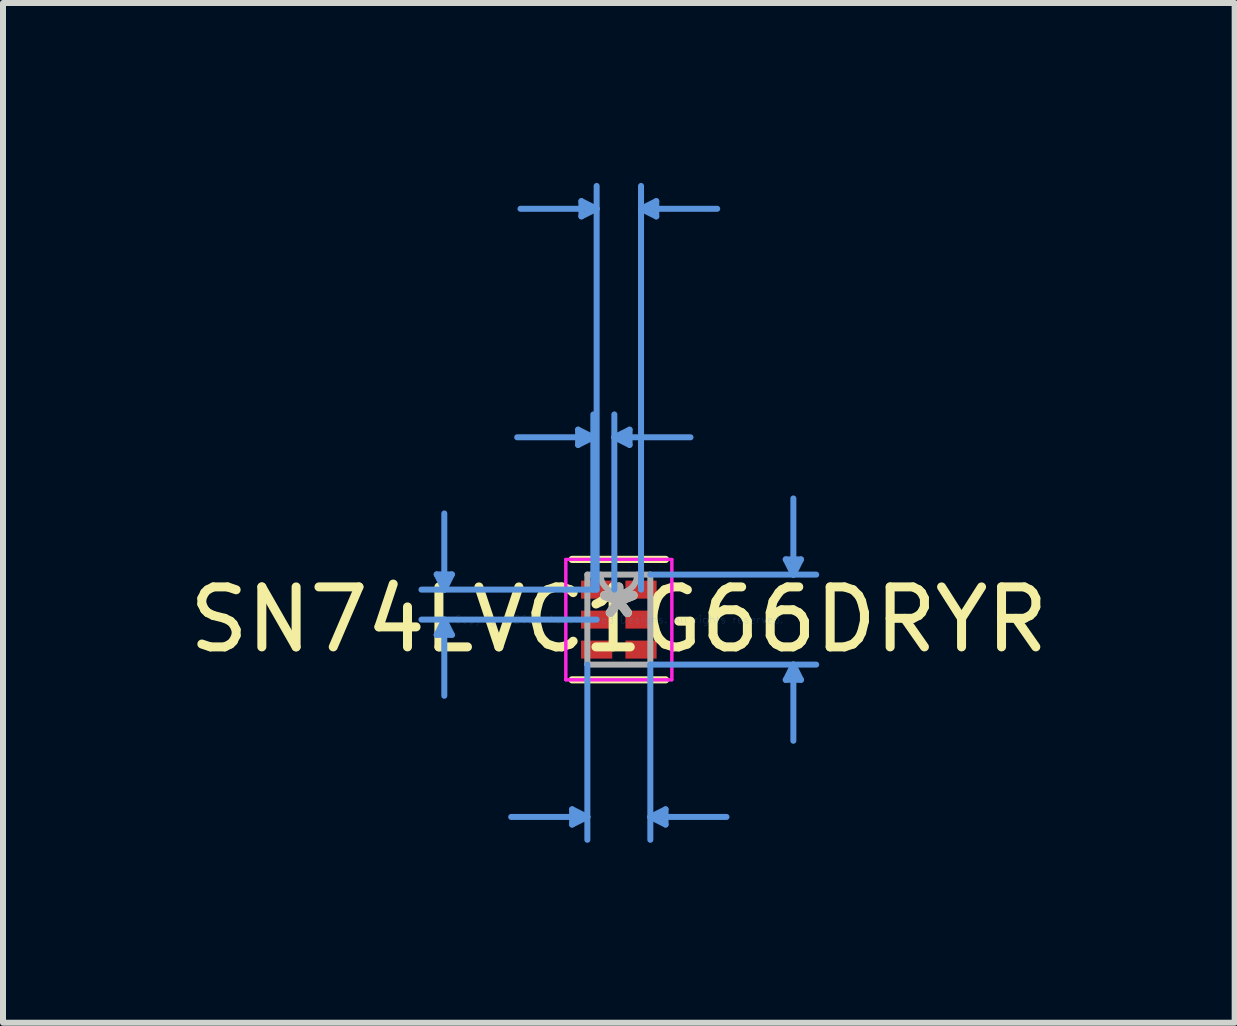
<source format=kicad_pcb>
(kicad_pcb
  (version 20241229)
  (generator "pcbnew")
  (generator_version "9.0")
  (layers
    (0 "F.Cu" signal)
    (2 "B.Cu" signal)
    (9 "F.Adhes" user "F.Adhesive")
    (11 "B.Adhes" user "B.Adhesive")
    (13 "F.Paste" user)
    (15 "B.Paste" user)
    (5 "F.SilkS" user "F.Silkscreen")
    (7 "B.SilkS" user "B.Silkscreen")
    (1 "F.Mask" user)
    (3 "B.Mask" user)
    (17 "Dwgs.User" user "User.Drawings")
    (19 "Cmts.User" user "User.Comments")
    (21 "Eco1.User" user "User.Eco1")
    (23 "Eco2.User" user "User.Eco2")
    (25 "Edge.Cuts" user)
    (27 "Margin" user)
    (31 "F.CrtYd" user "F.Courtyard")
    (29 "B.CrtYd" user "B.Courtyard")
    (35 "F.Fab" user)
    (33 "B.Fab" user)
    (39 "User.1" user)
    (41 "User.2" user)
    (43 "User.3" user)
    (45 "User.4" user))
  (footprint "SN74LVC1G66DRYR"
    (layer "F.Cu")
    (at 7.268 7.281)
    (property "Reference" "SN74LVC1G66DRYR" (at 0 0 0) (layer "F.SilkS") (effects (font (size 1 1) (thickness 0.15))))
    (attr through_hole)
    (fp_poly (pts (xy -0.7 -0.72) (xy -0.7 -0.28) (xy -0.04 -0.28) (xy -0.04 -0.72)) (stroke (width 0.1) (type solid)) (fill yes) (layer "F.Mask"))
    (fp_poly (pts (xy -0.7 -0.22) (xy -0.7 0.22) (xy -0.04 0.22) (xy -0.04 -0.22)) (stroke (width 0.1) (type solid)) (fill yes) (layer "F.Mask"))
    (fp_poly (pts (xy -0.7 0.28) (xy -0.7 0.72) (xy -0.04 0.72) (xy -0.04 0.28)) (stroke (width 0.1) (type solid)) (fill yes) (layer "F.Mask"))
    (fp_poly (pts (xy 0.04 -0.72) (xy 0.04 -0.28) (xy 0.7 -0.28) (xy 0.7 -0.72)) (stroke (width 0.1) (type solid)) (fill yes) (layer "F.Mask"))
    (fp_poly (pts (xy 0.04 -0.22) (xy 0.04 0.22) (xy 0.7 0.22) (xy 0.7 -0.22)) (stroke (width 0.1) (type solid)) (fill yes) (layer "F.Mask"))
    (fp_poly (pts (xy 0.04 0.28) (xy 0.04 0.72) (xy 0.7 0.72) (xy 0.7 0.28)) (stroke (width 0.1) (type solid)) (fill yes) (layer "F.Mask"))
    (fp_line (start -0.779 1.004) (end 0.779 1.004) (stroke (width 0.12) (type solid)) (layer "F.SilkS"))
    (fp_line (start 0.779 -1.004) (end -0.779 -1.004) (stroke (width 0.12) (type solid)) (layer "F.SilkS"))
    (fp_poly (pts (xy -0.605 -0.625) (xy -0.605 -0.375) (xy -0.105 -0.375) (xy -0.105 -0.625)) (stroke (width 0.1) (type solid)) (fill yes) (layer "F.Paste"))
    (fp_poly (pts (xy -0.605 -0.125) (xy -0.605 0.125) (xy -0.135 0.125) (xy -0.135 -0.125)) (stroke (width 0.1) (type solid)) (fill yes) (layer "F.Paste"))
    (fp_poly (pts (xy -0.605 0.375) (xy -0.605 0.625) (xy -0.135 0.625) (xy -0.135 0.375)) (stroke (width 0.1) (type solid)) (fill yes) (layer "F.Paste"))
    (fp_poly (pts (xy 0.135 -0.625) (xy 0.135 -0.375) (xy 0.605 -0.375) (xy 0.605 -0.625)) (stroke (width 0.1) (type solid)) (fill yes) (layer "F.Paste"))
    (fp_poly (pts (xy 0.135 -0.125) (xy 0.135 0.125) (xy 0.605 0.125) (xy 0.605 -0.125)) (stroke (width 0.1) (type solid)) (fill yes) (layer "F.Paste"))
    (fp_poly (pts (xy 0.135 0.375) (xy 0.135 0.625) (xy 0.605 0.625) (xy 0.605 0.375)) (stroke (width 0.1) (type solid)) (fill yes) (layer "F.Paste"))
    (fp_line (start -3.037 -0.754) (end -2.783 -0.754) (stroke (width 0.1) (type solid)) (layer "Cmts.User"))
    (fp_line (start -3.037 0.254) (end -2.783 0.254) (stroke (width 0.1) (type solid)) (layer "Cmts.User"))
    (fp_line (start -2.91 -0.5) (end -3.037 -0.754) (stroke (width 0.1) (type solid)) (layer "Cmts.User"))
    (fp_line (start -2.91 -0.5) (end -2.91 -1.77) (stroke (width 0.1) (type solid)) (layer "Cmts.User"))
    (fp_line (start -2.91 -0.5) (end -2.783 -0.754) (stroke (width 0.1) (type solid)) (layer "Cmts.User"))
    (fp_line (start -2.91 0) (end -3.037 0.254) (stroke (width 0.1) (type solid)) (layer "Cmts.User"))
    (fp_line (start -2.91 0) (end -2.91 1.27) (stroke (width 0.1) (type solid)) (layer "Cmts.User"))
    (fp_line (start -2.91 0) (end -2.783 0.254) (stroke (width 0.1) (type solid)) (layer "Cmts.User"))
    (fp_line (start -0.779 3.163) (end -0.779 3.417) (stroke (width 0.1) (type solid)) (layer "Cmts.User"))
    (fp_line (start -0.679 -3.167) (end -0.679 -2.913) (stroke (width 0.1) (type solid)) (layer "Cmts.User"))
    (fp_line (start -0.624 -6.977) (end -0.624 -6.723) (stroke (width 0.1) (type solid)) (layer "Cmts.User"))
    (fp_line (start -0.525 0.75) (end -0.525 3.671) (stroke (width 0.1) (type solid)) (layer "Cmts.User"))
    (fp_line (start -0.525 3.29) (end -1.795 3.29) (stroke (width 0.1) (type solid)) (layer "Cmts.User"))
    (fp_line (start -0.525 3.29) (end -0.779 3.163) (stroke (width 0.1) (type solid)) (layer "Cmts.User"))
    (fp_line (start -0.525 3.29) (end -0.779 3.417) (stroke (width 0.1) (type solid)) (layer "Cmts.User"))
    (fp_line (start -0.425 -3.04) (end -1.695 -3.04) (stroke (width 0.1) (type solid)) (layer "Cmts.User"))
    (fp_line (start -0.425 -3.04) (end -0.679 -3.167) (stroke (width 0.1) (type solid)) (layer "Cmts.User"))
    (fp_line (start -0.425 -3.04) (end -0.679 -2.913) (stroke (width 0.1) (type solid)) (layer "Cmts.User"))
    (fp_line (start -0.425 -0.5) (end -0.425 -3.421) (stroke (width 0.1) (type solid)) (layer "Cmts.User"))
    (fp_line (start -0.37 -6.85) (end -1.64 -6.85) (stroke (width 0.1) (type solid)) (layer "Cmts.User"))
    (fp_line (start -0.37 -6.85) (end -0.624 -6.977) (stroke (width 0.1) (type solid)) (layer "Cmts.User"))
    (fp_line (start -0.37 -6.85) (end -0.624 -6.723) (stroke (width 0.1) (type solid)) (layer "Cmts.User"))
    (fp_line (start -0.37 -0.5) (end -3.291 -0.5) (stroke (width 0.1) (type solid)) (layer "Cmts.User"))
    (fp_line (start -0.37 -0.5) (end -0.37 -7.231) (stroke (width 0.1) (type solid)) (layer "Cmts.User"))
    (fp_line (start -0.37 0) (end -3.291 0) (stroke (width 0.1) (type solid)) (layer "Cmts.User"))
    (fp_line (start -0.075 -3.04) (end 0.179 -3.167) (stroke (width 0.1) (type solid)) (layer "Cmts.User"))
    (fp_line (start -0.075 -3.04) (end 0.179 -2.913) (stroke (width 0.1) (type solid)) (layer "Cmts.User"))
    (fp_line (start -0.075 -3.04) (end 1.195 -3.04) (stroke (width 0.1) (type solid)) (layer "Cmts.User"))
    (fp_line (start -0.075 -0.5) (end -0.075 -3.421) (stroke (width 0.1) (type solid)) (layer "Cmts.User"))
    (fp_line (start 0.179 -3.167) (end 0.179 -2.913) (stroke (width 0.1) (type solid)) (layer "Cmts.User"))
    (fp_line (start 0.37 -6.85) (end 0.624 -6.977) (stroke (width 0.1) (type solid)) (layer "Cmts.User"))
    (fp_line (start 0.37 -6.85) (end 0.624 -6.723) (stroke (width 0.1) (type solid)) (layer "Cmts.User"))
    (fp_line (start 0.37 -6.85) (end 1.64 -6.85) (stroke (width 0.1) (type solid)) (layer "Cmts.User"))
    (fp_line (start 0.37 -0.5) (end 0.37 -7.231) (stroke (width 0.1) (type solid)) (layer "Cmts.User"))
    (fp_line (start 0.525 -0.75) (end 3.291 -0.75) (stroke (width 0.1) (type solid)) (layer "Cmts.User"))
    (fp_line (start 0.525 0.75) (end 0.525 3.671) (stroke (width 0.1) (type solid)) (layer "Cmts.User"))
    (fp_line (start 0.525 0.75) (end 3.291 0.75) (stroke (width 0.1) (type solid)) (layer "Cmts.User"))
    (fp_line (start 0.525 3.29) (end 0.779 3.163) (stroke (width 0.1) (type solid)) (layer "Cmts.User"))
    (fp_line (start 0.525 3.29) (end 0.779 3.417) (stroke (width 0.1) (type solid)) (layer "Cmts.User"))
    (fp_line (start 0.525 3.29) (end 1.795 3.29) (stroke (width 0.1) (type solid)) (layer "Cmts.User"))
    (fp_line (start 0.624 -6.977) (end 0.624 -6.723) (stroke (width 0.1) (type solid)) (layer "Cmts.User"))
    (fp_line (start 0.779 3.163) (end 0.779 3.417) (stroke (width 0.1) (type solid)) (layer "Cmts.User"))
    (fp_line (start 2.783 -1.004) (end 3.037 -1.004) (stroke (width 0.1) (type solid)) (layer "Cmts.User"))
    (fp_line (start 2.783 1.004) (end 3.037 1.004) (stroke (width 0.1) (type solid)) (layer "Cmts.User"))
    (fp_line (start 2.91 -0.75) (end 2.783 -1.004) (stroke (width 0.1) (type solid)) (layer "Cmts.User"))
    (fp_line (start 2.91 -0.75) (end 2.91 -2.02) (stroke (width 0.1) (type solid)) (layer "Cmts.User"))
    (fp_line (start 2.91 -0.75) (end 3.037 -1.004) (stroke (width 0.1) (type solid)) (layer "Cmts.User"))
    (fp_line (start 2.91 0.75) (end 2.783 1.004) (stroke (width 0.1) (type solid)) (layer "Cmts.User"))
    (fp_line (start 2.91 0.75) (end 2.91 2.02) (stroke (width 0.1) (type solid)) (layer "Cmts.User"))
    (fp_line (start 2.91 0.75) (end 3.037 1.004) (stroke (width 0.1) (type solid)) (layer "Cmts.User"))
    (fp_line (start -0.884 -1.004) (end 0.884 -1.004) (stroke (width 0.05) (type solid)) (layer "F.CrtYd"))
    (fp_line (start -0.884 -1.004) (end 0.884 -1.004) (stroke (width 0.05) (type solid)) (layer "F.CrtYd"))
    (fp_line (start -0.884 1.004) (end -0.884 -1.004) (stroke (width 0.05) (type solid)) (layer "F.CrtYd"))
    (fp_line (start -0.884 1.004) (end -0.884 -1.004) (stroke (width 0.05) (type solid)) (layer "F.CrtYd"))
    (fp_line (start 0.884 -1.004) (end 0.884 1.004) (stroke (width 0.05) (type solid)) (layer "F.CrtYd"))
    (fp_line (start 0.884 -1.004) (end 0.884 1.004) (stroke (width 0.05) (type solid)) (layer "F.CrtYd"))
    (fp_line (start 0.884 1.004) (end -0.884 1.004) (stroke (width 0.05) (type solid)) (layer "F.CrtYd"))
    (fp_line (start 0.884 1.004) (end -0.884 1.004) (stroke (width 0.05) (type solid)) (layer "F.CrtYd"))
    (fp_line (start -0.525 -0.75) (end -0.525 0.75) (stroke (width 0.1) (type solid)) (layer "F.Fab"))
    (fp_line (start -0.525 0.75) (end 0.525 0.75) (stroke (width 0.1) (type solid)) (layer "F.Fab"))
    (fp_line (start 0.525 -0.75) (end -0.525 -0.75) (stroke (width 0.1) (type solid)) (layer "F.Fab"))
    (fp_line (start 0.525 0.75) (end 0.525 -0.75) (stroke (width 0.1) (type solid)) (layer "F.Fab"))
    (fp_arc (start 0.3048 -0.75) (mid 0 -0.4452) (end -0.3048 -0.75) (stroke (width 0.1) (type solid)) (layer "F.Fab"))
    (fp_text user "*" (at 0 0 0) (layer "F.SilkS") (effects (font (size 1 1) (thickness 0.15))))
    (fp_text user "Copyright 2021 Accelerated Designs. All rights reserved." (at 0 0 0) (layer "Cmts.User") (effects (font (size 0.127 0.127) (thickness 0.002))))
    (fp_text user "*" (at 0 0 0) (layer "F.Fab") (effects (font (size 1 1) (thickness 0.15))))
    (pad "1" smd rect (at -0.355 -0.5) (size 0.55 0.3) (layers "F.Cu" "F.Mask"))
    (pad "2" smd rect (at -0.37 0) (size 0.52 0.3) (layers "F.Cu" "F.Mask"))
    (pad "3" smd rect (at -0.37 0.5) (size 0.52 0.3) (layers "F.Cu" "F.Mask"))
    (pad "4" smd rect (at 0.37 0.5) (size 0.52 0.3) (layers "F.Cu" "F.Mask"))
    (pad "5" smd rect (at 0.37 0) (size 0.52 0.3) (layers "F.Cu" "F.Mask"))
    (pad "6" smd rect (at 0.37 -0.5) (size 0.52 0.3) (layers "F.Cu" "F.Mask")))
  (gr_rect
    (start -3 -3)
    (end 17.536 14.002)
    (stroke (width 0.1) (type default))
    (fill no)
    (layer "Edge.Cuts")))
</source>
